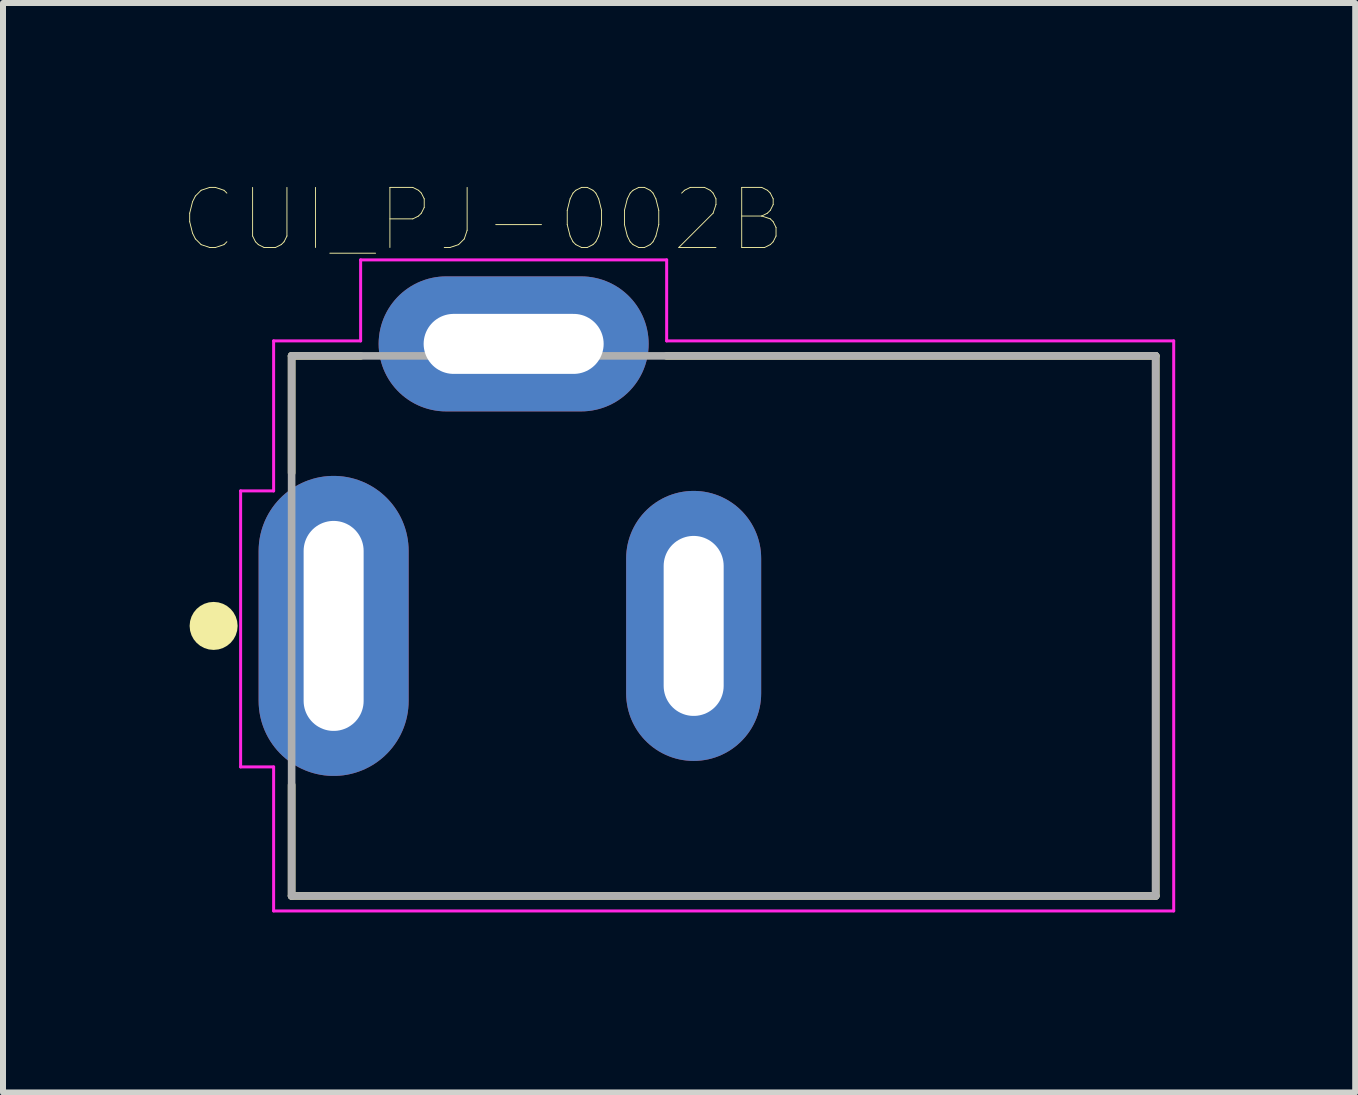
<source format=kicad_pcb>
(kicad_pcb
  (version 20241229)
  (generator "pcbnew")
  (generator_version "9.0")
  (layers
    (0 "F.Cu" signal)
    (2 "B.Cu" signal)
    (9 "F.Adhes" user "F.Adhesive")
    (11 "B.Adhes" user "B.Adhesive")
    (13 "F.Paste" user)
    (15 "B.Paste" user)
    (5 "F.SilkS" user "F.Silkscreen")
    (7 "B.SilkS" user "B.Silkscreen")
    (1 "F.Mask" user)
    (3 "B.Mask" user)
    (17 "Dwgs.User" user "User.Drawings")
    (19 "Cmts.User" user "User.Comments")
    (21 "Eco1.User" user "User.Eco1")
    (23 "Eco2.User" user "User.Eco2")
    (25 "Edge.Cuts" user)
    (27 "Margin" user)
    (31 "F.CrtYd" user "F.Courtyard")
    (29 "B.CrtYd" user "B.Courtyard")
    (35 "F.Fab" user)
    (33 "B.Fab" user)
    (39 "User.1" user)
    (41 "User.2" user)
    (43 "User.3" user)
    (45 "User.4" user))
  (footprint "CUI_PJ-002B"
    (layer "F.Cu")
    (at 2.51 7.381)
    (property "Reference" "CUI_PJ-002B" (at 2.487 -6.769 0) (layer "F.SilkS") (effects (font (size 1.001 1.001) (thickness 0.015))))
    (attr through_hole)
    (fp_line (start -0.7 -4.5) (end 0.45 -4.5) (stroke (width 0.127) (type solid)) (layer "F.SilkS"))
    (fp_line (start -0.7 -2.55) (end -0.7 -4.5) (stroke (width 0.127) (type solid)) (layer "F.SilkS"))
    (fp_line (start -0.7 4.5) (end -0.7 2.65) (stroke (width 0.127) (type solid)) (layer "F.SilkS"))
    (fp_line (start 5.55 -4.5) (end 13.7 -4.5) (stroke (width 0.127) (type solid)) (layer "F.SilkS"))
    (fp_line (start 13.7 -4.5) (end 13.7 4.5) (stroke (width 0.127) (type solid)) (layer "F.SilkS"))
    (fp_line (start 13.7 4.5) (end -0.7 4.5) (stroke (width 0.127) (type solid)) (layer "F.SilkS"))
    (fp_circle (center -2 0) (end -1.8 0) (stroke (width 0.4) (type solid)) (fill no) (layer "F.SilkS"))
    (fp_line (start -1.55 -2.25) (end -1.55 2.35) (stroke (width 0.05) (type solid)) (layer "F.CrtYd"))
    (fp_line (start -1.55 2.35) (end -1 2.35) (stroke (width 0.05) (type solid)) (layer "F.CrtYd"))
    (fp_line (start -1 -4.75) (end 0.45 -4.75) (stroke (width 0.05) (type solid)) (layer "F.CrtYd"))
    (fp_line (start -1 -2.25) (end -1.55 -2.25) (stroke (width 0.05) (type solid)) (layer "F.CrtYd"))
    (fp_line (start -1 -2.25) (end -1 -4.75) (stroke (width 0.05) (type solid)) (layer "F.CrtYd"))
    (fp_line (start -1 4.75) (end -1 2.35) (stroke (width 0.05) (type solid)) (layer "F.CrtYd"))
    (fp_line (start 0.45 -6.1) (end 5.55 -6.1) (stroke (width 0.05) (type solid)) (layer "F.CrtYd"))
    (fp_line (start 0.45 -4.75) (end 0.45 -6.1) (stroke (width 0.05) (type solid)) (layer "F.CrtYd"))
    (fp_line (start 5.55 -6.1) (end 5.55 -4.75) (stroke (width 0.05) (type solid)) (layer "F.CrtYd"))
    (fp_line (start 5.55 -4.75) (end 14 -4.75) (stroke (width 0.05) (type solid)) (layer "F.CrtYd"))
    (fp_line (start 14 -4.75) (end 14 4.75) (stroke (width 0.05) (type solid)) (layer "F.CrtYd"))
    (fp_line (start 14 4.75) (end -1 4.75) (stroke (width 0.05) (type solid)) (layer "F.CrtYd"))
    (fp_line (start -0.7 -4.5) (end 13.7 -4.5) (stroke (width 0.127) (type solid)) (layer "F.Fab"))
    (fp_line (start -0.7 4.5) (end -0.7 -4.5) (stroke (width 0.127) (type solid)) (layer "F.Fab"))
    (fp_line (start 13.7 -4.5) (end 13.7 4.5) (stroke (width 0.127) (type solid)) (layer "F.Fab"))
    (fp_line (start 13.7 4.5) (end -0.7 4.5) (stroke (width 0.127) (type solid)) (layer "F.Fab"))
    (pad "1" thru_hole oval (at 0 0) (size 2.5 5) (drill oval 1 3.5) (layers "*.Cu" "*.Mask"))
    (pad "2" thru_hole oval (at 6 0) (size 2.25 4.5) (drill oval 1 3) (layers "*.Cu" "*.Mask"))
    (pad "3" thru_hole oval (at 3 -4.7) (size 4.5 2.25) (drill oval 3 1) (layers "*.Cu" "*.Mask")))
  (gr_rect
    (start -3 -3)
    (end 19.535 15.156)
    (stroke (width 0.1) (type default))
    (fill no)
    (layer "Edge.Cuts")))
</source>
